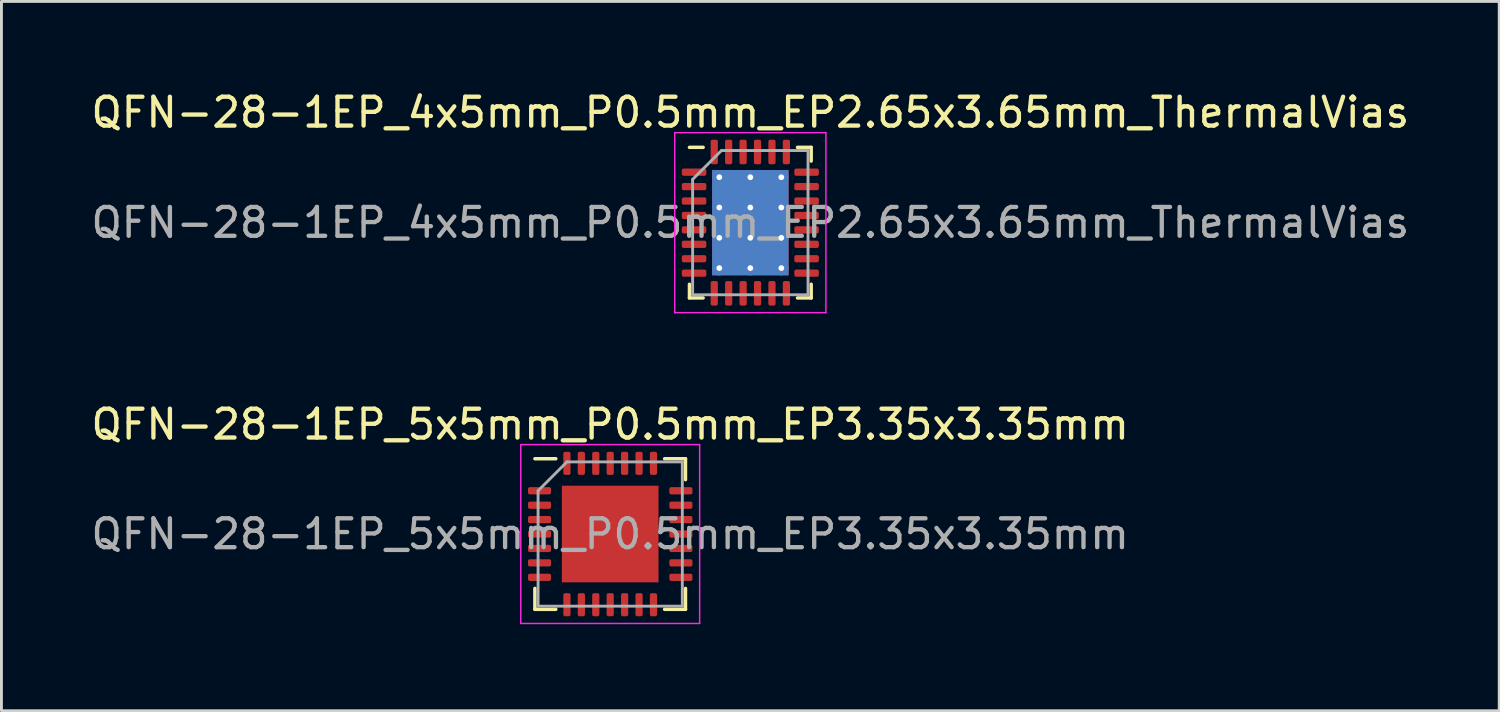
<source format=kicad_pcb>
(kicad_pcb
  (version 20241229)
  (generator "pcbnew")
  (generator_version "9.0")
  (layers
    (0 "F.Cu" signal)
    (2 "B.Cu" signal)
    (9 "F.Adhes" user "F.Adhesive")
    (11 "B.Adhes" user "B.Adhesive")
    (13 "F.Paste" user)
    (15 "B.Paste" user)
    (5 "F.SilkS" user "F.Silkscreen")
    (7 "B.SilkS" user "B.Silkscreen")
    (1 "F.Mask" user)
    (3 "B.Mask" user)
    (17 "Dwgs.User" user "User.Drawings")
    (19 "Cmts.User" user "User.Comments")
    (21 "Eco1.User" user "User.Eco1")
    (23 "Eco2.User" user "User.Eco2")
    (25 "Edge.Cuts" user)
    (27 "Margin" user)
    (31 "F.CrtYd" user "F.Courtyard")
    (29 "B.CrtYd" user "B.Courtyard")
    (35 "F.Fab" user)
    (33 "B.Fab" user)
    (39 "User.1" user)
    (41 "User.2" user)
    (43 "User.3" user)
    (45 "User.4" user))
  (footprint "QFN-28-1EP_5x5mm_P0.5mm_EP3.35x3.35mm"
    (layer "F.Cu")
    (at 18.101 15.461)
    (property "Reference" "QFN-28-1EP_5x5mm_P0.5mm_EP3.35x3.35mm" (at 0 -3.8 0) (layer "F.SilkS") (effects (font (size 1 1) (thickness 0.15))))
    (attr smd)
    (fp_line (start -2.61 2.61) (end -2.61 1.885) (stroke (width 0.12) (type solid)) (layer "F.SilkS"))
    (fp_line (start -1.885 -2.61) (end -2.61 -2.61) (stroke (width 0.12) (type solid)) (layer "F.SilkS"))
    (fp_line (start -1.885 2.61) (end -2.61 2.61) (stroke (width 0.12) (type solid)) (layer "F.SilkS"))
    (fp_line (start 1.885 -2.61) (end 2.61 -2.61) (stroke (width 0.12) (type solid)) (layer "F.SilkS"))
    (fp_line (start 1.885 2.61) (end 2.61 2.61) (stroke (width 0.12) (type solid)) (layer "F.SilkS"))
    (fp_line (start 2.61 -2.61) (end 2.61 -1.885) (stroke (width 0.12) (type solid)) (layer "F.SilkS"))
    (fp_line (start 2.61 2.61) (end 2.61 1.885) (stroke (width 0.12) (type solid)) (layer "F.SilkS"))
    (fp_line (start -3.1 -3.1) (end -3.1 3.1) (stroke (width 0.05) (type solid)) (layer "F.CrtYd"))
    (fp_line (start -3.1 3.1) (end 3.1 3.1) (stroke (width 0.05) (type solid)) (layer "F.CrtYd"))
    (fp_line (start 3.1 -3.1) (end -3.1 -3.1) (stroke (width 0.05) (type solid)) (layer "F.CrtYd"))
    (fp_line (start 3.1 3.1) (end 3.1 -3.1) (stroke (width 0.05) (type solid)) (layer "F.CrtYd"))
    (fp_line (start -2.5 -1.5) (end -1.5 -2.5) (stroke (width 0.1) (type solid)) (layer "F.Fab"))
    (fp_line (start -2.5 2.5) (end -2.5 -1.5) (stroke (width 0.1) (type solid)) (layer "F.Fab"))
    (fp_line (start -1.5 -2.5) (end 2.5 -2.5) (stroke (width 0.1) (type solid)) (layer "F.Fab"))
    (fp_line (start 2.5 -2.5) (end 2.5 2.5) (stroke (width 0.1) (type solid)) (layer "F.Fab"))
    (fp_line (start 2.5 2.5) (end -2.5 2.5) (stroke (width 0.1) (type solid)) (layer "F.Fab"))
    (fp_text user "${REFERENCE}" (at 0 0 0) (layer "F.Fab") (effects (font (size 1 1) (thickness 0.15))))
    (pad "" smd roundrect (at -1.12 -1.12) (size 0.9 0.9) (layers "F.Paste") (roundrect_rratio 0.25))
    (pad "" smd roundrect (at -1.12 0) (size 0.9 0.9) (layers "F.Paste") (roundrect_rratio 0.25))
    (pad "" smd roundrect (at -1.12 1.12) (size 0.9 0.9) (layers "F.Paste") (roundrect_rratio 0.25))
    (pad "" smd roundrect (at 0 -1.12) (size 0.9 0.9) (layers "F.Paste") (roundrect_rratio 0.25))
    (pad "" smd roundrect (at 0 0) (size 0.9 0.9) (layers "F.Paste") (roundrect_rratio 0.25))
    (pad "" smd roundrect (at 0 1.12) (size 0.9 0.9) (layers "F.Paste") (roundrect_rratio 0.25))
    (pad "" smd roundrect (at 1.12 -1.12) (size 0.9 0.9) (layers "F.Paste") (roundrect_rratio 0.25))
    (pad "" smd roundrect (at 1.12 0) (size 0.9 0.9) (layers "F.Paste") (roundrect_rratio 0.25))
    (pad "" smd roundrect (at 1.12 1.12) (size 0.9 0.9) (layers "F.Paste") (roundrect_rratio 0.25))
    (pad "1" smd roundrect (at -2.45 -1.5) (size 0.8 0.25) (layers "F.Cu" "F.Mask" "F.Paste") (roundrect_rratio 0.25))
    (pad "2" smd roundrect (at -2.45 -1) (size 0.8 0.25) (layers "F.Cu" "F.Mask" "F.Paste") (roundrect_rratio 0.25))
    (pad "3" smd roundrect (at -2.45 -0.5) (size 0.8 0.25) (layers "F.Cu" "F.Mask" "F.Paste") (roundrect_rratio 0.25))
    (pad "4" smd roundrect (at -2.45 0) (size 0.8 0.25) (layers "F.Cu" "F.Mask" "F.Paste") (roundrect_rratio 0.25))
    (pad "5" smd roundrect (at -2.45 0.5) (size 0.8 0.25) (layers "F.Cu" "F.Mask" "F.Paste") (roundrect_rratio 0.25))
    (pad "6" smd roundrect (at -2.45 1) (size 0.8 0.25) (layers "F.Cu" "F.Mask" "F.Paste") (roundrect_rratio 0.25))
    (pad "7" smd roundrect (at -2.45 1.5) (size 0.8 0.25) (layers "F.Cu" "F.Mask" "F.Paste") (roundrect_rratio 0.25))
    (pad "8" smd roundrect (at -1.5 2.45) (size 0.25 0.8) (layers "F.Cu" "F.Mask" "F.Paste") (roundrect_rratio 0.25))
    (pad "9" smd roundrect (at -1 2.45) (size 0.25 0.8) (layers "F.Cu" "F.Mask" "F.Paste") (roundrect_rratio 0.25))
    (pad "10" smd roundrect (at -0.5 2.45) (size 0.25 0.8) (layers "F.Cu" "F.Mask" "F.Paste") (roundrect_rratio 0.25))
    (pad "11" smd roundrect (at 0 2.45) (size 0.25 0.8) (layers "F.Cu" "F.Mask" "F.Paste") (roundrect_rratio 0.25))
    (pad "12" smd roundrect (at 0.5 2.45) (size 0.25 0.8) (layers "F.Cu" "F.Mask" "F.Paste") (roundrect_rratio 0.25))
    (pad "13" smd roundrect (at 1 2.45) (size 0.25 0.8) (layers "F.Cu" "F.Mask" "F.Paste") (roundrect_rratio 0.25))
    (pad "14" smd roundrect (at 1.5 2.45) (size 0.25 0.8) (layers "F.Cu" "F.Mask" "F.Paste") (roundrect_rratio 0.25))
    (pad "15" smd roundrect (at 2.45 1.5) (size 0.8 0.25) (layers "F.Cu" "F.Mask" "F.Paste") (roundrect_rratio 0.25))
    (pad "16" smd roundrect (at 2.45 1) (size 0.8 0.25) (layers "F.Cu" "F.Mask" "F.Paste") (roundrect_rratio 0.25))
    (pad "17" smd roundrect (at 2.45 0.5) (size 0.8 0.25) (layers "F.Cu" "F.Mask" "F.Paste") (roundrect_rratio 0.25))
    (pad "18" smd roundrect (at 2.45 0) (size 0.8 0.25) (layers "F.Cu" "F.Mask" "F.Paste") (roundrect_rratio 0.25))
    (pad "19" smd roundrect (at 2.45 -0.5) (size 0.8 0.25) (layers "F.Cu" "F.Mask" "F.Paste") (roundrect_rratio 0.25))
    (pad "20" smd roundrect (at 2.45 -1) (size 0.8 0.25) (layers "F.Cu" "F.Mask" "F.Paste") (roundrect_rratio 0.25))
    (pad "21" smd roundrect (at 2.45 -1.5) (size 0.8 0.25) (layers "F.Cu" "F.Mask" "F.Paste") (roundrect_rratio 0.25))
    (pad "22" smd roundrect (at 1.5 -2.45) (size 0.25 0.8) (layers "F.Cu" "F.Mask" "F.Paste") (roundrect_rratio 0.25))
    (pad "23" smd roundrect (at 1 -2.45) (size 0.25 0.8) (layers "F.Cu" "F.Mask" "F.Paste") (roundrect_rratio 0.25))
    (pad "24" smd roundrect (at 0.5 -2.45) (size 0.25 0.8) (layers "F.Cu" "F.Mask" "F.Paste") (roundrect_rratio 0.25))
    (pad "25" smd roundrect (at 0 -2.45) (size 0.25 0.8) (layers "F.Cu" "F.Mask" "F.Paste") (roundrect_rratio 0.25))
    (pad "26" smd roundrect (at -0.5 -2.45) (size 0.25 0.8) (layers "F.Cu" "F.Mask" "F.Paste") (roundrect_rratio 0.25))
    (pad "27" smd roundrect (at -1 -2.45) (size 0.25 0.8) (layers "F.Cu" "F.Mask" "F.Paste") (roundrect_rratio 0.25))
    (pad "28" smd roundrect (at -1.5 -2.45) (size 0.25 0.8) (layers "F.Cu" "F.Mask" "F.Paste") (roundrect_rratio 0.25))
    (pad "29" smd rect (at 0 0) (size 3.35 3.35) (layers "F.Cu" "F.Mask")))
  (footprint "QFN-28-1EP_4x5mm_P0.5mm_EP2.65x3.65mm_ThermalVias"
    (layer "F.Cu")
    (at 22.958 4.668)
    (property "Reference" "QFN-28-1EP_4x5mm_P0.5mm_EP2.65x3.65mm_ThermalVias" (at 0 -3.82 0) (layer "F.SilkS") (effects (font (size 1 1) (thickness 0.15))))
    (attr smd)
    (fp_line (start -2.11 2.61) (end -2.11 2.135) (stroke (width 0.12) (type solid)) (layer "F.SilkS"))
    (fp_line (start -1.635 -2.61) (end -2.11 -2.61) (stroke (width 0.12) (type solid)) (layer "F.SilkS"))
    (fp_line (start -1.635 2.61) (end -2.11 2.61) (stroke (width 0.12) (type solid)) (layer "F.SilkS"))
    (fp_line (start 1.635 -2.61) (end 2.11 -2.61) (stroke (width 0.12) (type solid)) (layer "F.SilkS"))
    (fp_line (start 1.635 2.61) (end 2.11 2.61) (stroke (width 0.12) (type solid)) (layer "F.SilkS"))
    (fp_line (start 2.11 -2.61) (end 2.11 -2.135) (stroke (width 0.12) (type solid)) (layer "F.SilkS"))
    (fp_line (start 2.11 2.61) (end 2.11 2.135) (stroke (width 0.12) (type solid)) (layer "F.SilkS"))
    (fp_line (start -2.62 -3.12) (end -2.62 3.12) (stroke (width 0.05) (type solid)) (layer "F.CrtYd"))
    (fp_line (start -2.62 3.12) (end 2.62 3.12) (stroke (width 0.05) (type solid)) (layer "F.CrtYd"))
    (fp_line (start 2.62 -3.12) (end -2.62 -3.12) (stroke (width 0.05) (type solid)) (layer "F.CrtYd"))
    (fp_line (start 2.62 3.12) (end 2.62 -3.12) (stroke (width 0.05) (type solid)) (layer "F.CrtYd"))
    (fp_line (start -2 -1.5) (end -1 -2.5) (stroke (width 0.1) (type solid)) (layer "F.Fab"))
    (fp_line (start -2 2.5) (end -2 -1.5) (stroke (width 0.1) (type solid)) (layer "F.Fab"))
    (fp_line (start -1 -2.5) (end 2 -2.5) (stroke (width 0.1) (type solid)) (layer "F.Fab"))
    (fp_line (start 2 -2.5) (end 2 2.5) (stroke (width 0.1) (type solid)) (layer "F.Fab"))
    (fp_line (start 2 2.5) (end -2 2.5) (stroke (width 0.1) (type solid)) (layer "F.Fab"))
    (fp_text user "${REFERENCE}" (at 0 0 0) (layer "F.Fab") (effects (font (size 1 1) (thickness 0.15))))
    (pad "" smd roundrect (at -0.66 -1.22) (size 1.07 0.98) (layers "F.Paste") (roundrect_rratio 0.25))
    (pad "" smd roundrect (at -0.66 0) (size 1.07 0.98) (layers "F.Paste") (roundrect_rratio 0.25))
    (pad "" smd roundrect (at -0.66 1.22) (size 1.07 0.98) (layers "F.Paste") (roundrect_rratio 0.25))
    (pad "" smd roundrect (at 0.66 -1.22) (size 1.07 0.98) (layers "F.Paste") (roundrect_rratio 0.25))
    (pad "" smd roundrect (at 0.66 0) (size 1.07 0.98) (layers "F.Paste") (roundrect_rratio 0.25))
    (pad "" smd roundrect (at 0.66 1.22) (size 1.07 0.98) (layers "F.Paste") (roundrect_rratio 0.25))
    (pad "1" smd roundrect (at -1.95 -1.75) (size 0.85 0.25) (layers "F.Cu" "F.Mask" "F.Paste") (roundrect_rratio 0.25))
    (pad "2" smd roundrect (at -1.95 -1.25) (size 0.85 0.25) (layers "F.Cu" "F.Mask" "F.Paste") (roundrect_rratio 0.25))
    (pad "3" smd roundrect (at -1.95 -0.75) (size 0.85 0.25) (layers "F.Cu" "F.Mask" "F.Paste") (roundrect_rratio 0.25))
    (pad "4" smd roundrect (at -1.95 -0.25) (size 0.85 0.25) (layers "F.Cu" "F.Mask" "F.Paste") (roundrect_rratio 0.25))
    (pad "5" smd roundrect (at -1.95 0.25) (size 0.85 0.25) (layers "F.Cu" "F.Mask" "F.Paste") (roundrect_rratio 0.25))
    (pad "6" smd roundrect (at -1.95 0.75) (size 0.85 0.25) (layers "F.Cu" "F.Mask" "F.Paste") (roundrect_rratio 0.25))
    (pad "7" smd roundrect (at -1.95 1.25) (size 0.85 0.25) (layers "F.Cu" "F.Mask" "F.Paste") (roundrect_rratio 0.25))
    (pad "8" smd roundrect (at -1.95 1.75) (size 0.85 0.25) (layers "F.Cu" "F.Mask" "F.Paste") (roundrect_rratio 0.25))
    (pad "9" smd roundrect (at -1.25 2.45) (size 0.25 0.85) (layers "F.Cu" "F.Mask" "F.Paste") (roundrect_rratio 0.25))
    (pad "10" smd roundrect (at -0.75 2.45) (size 0.25 0.85) (layers "F.Cu" "F.Mask" "F.Paste") (roundrect_rratio 0.25))
    (pad "11" smd roundrect (at -0.25 2.45) (size 0.25 0.85) (layers "F.Cu" "F.Mask" "F.Paste") (roundrect_rratio 0.25))
    (pad "12" smd roundrect (at 0.25 2.45) (size 0.25 0.85) (layers "F.Cu" "F.Mask" "F.Paste") (roundrect_rratio 0.25))
    (pad "13" smd roundrect (at 0.75 2.45) (size 0.25 0.85) (layers "F.Cu" "F.Mask" "F.Paste") (roundrect_rratio 0.25))
    (pad "14" smd roundrect (at 1.25 2.45) (size 0.25 0.85) (layers "F.Cu" "F.Mask" "F.Paste") (roundrect_rratio 0.25))
    (pad "15" smd roundrect (at 1.95 1.75) (size 0.85 0.25) (layers "F.Cu" "F.Mask" "F.Paste") (roundrect_rratio 0.25))
    (pad "16" smd roundrect (at 1.95 1.25) (size 0.85 0.25) (layers "F.Cu" "F.Mask" "F.Paste") (roundrect_rratio 0.25))
    (pad "17" smd roundrect (at 1.95 0.75) (size 0.85 0.25) (layers "F.Cu" "F.Mask" "F.Paste") (roundrect_rratio 0.25))
    (pad "18" smd roundrect (at 1.95 0.25) (size 0.85 0.25) (layers "F.Cu" "F.Mask" "F.Paste") (roundrect_rratio 0.25))
    (pad "19" smd roundrect (at 1.95 -0.25) (size 0.85 0.25) (layers "F.Cu" "F.Mask" "F.Paste") (roundrect_rratio 0.25))
    (pad "20" smd roundrect (at 1.95 -0.75) (size 0.85 0.25) (layers "F.Cu" "F.Mask" "F.Paste") (roundrect_rratio 0.25))
    (pad "21" smd roundrect (at 1.95 -1.25) (size 0.85 0.25) (layers "F.Cu" "F.Mask" "F.Paste") (roundrect_rratio 0.25))
    (pad "22" smd roundrect (at 1.95 -1.75) (size 0.85 0.25) (layers "F.Cu" "F.Mask" "F.Paste") (roundrect_rratio 0.25))
    (pad "23" smd roundrect (at 1.25 -2.45) (size 0.25 0.85) (layers "F.Cu" "F.Mask" "F.Paste") (roundrect_rratio 0.25))
    (pad "24" smd roundrect (at 0.75 -2.45) (size 0.25 0.85) (layers "F.Cu" "F.Mask" "F.Paste") (roundrect_rratio 0.25))
    (pad "25" smd roundrect (at 0.25 -2.45) (size 0.25 0.85) (layers "F.Cu" "F.Mask" "F.Paste") (roundrect_rratio 0.25))
    (pad "26" smd roundrect (at -0.25 -2.45) (size 0.25 0.85) (layers "F.Cu" "F.Mask" "F.Paste") (roundrect_rratio 0.25))
    (pad "27" smd roundrect (at -0.75 -2.45) (size 0.25 0.85) (layers "F.Cu" "F.Mask" "F.Paste") (roundrect_rratio 0.25))
    (pad "28" smd roundrect (at -1.25 -2.45) (size 0.25 0.85) (layers "F.Cu" "F.Mask" "F.Paste") (roundrect_rratio 0.25))
    (pad "29" thru_hole circle (at -1.075 -1.575) (size 0.5 0.5) (drill 0.2) (layers "*.Cu"))
    (pad "29" thru_hole circle (at -1.075 -0.525) (size 0.5 0.5) (drill 0.2) (layers "*.Cu"))
    (pad "29" thru_hole circle (at -1.075 0.525) (size 0.5 0.5) (drill 0.2) (layers "*.Cu"))
    (pad "29" thru_hole circle (at -1.075 1.575) (size 0.5 0.5) (drill 0.2) (layers "*.Cu"))
    (pad "29" thru_hole circle (at 0 -1.575) (size 0.5 0.5) (drill 0.2) (layers "*.Cu"))
    (pad "29" thru_hole circle (at 0 -0.525) (size 0.5 0.5) (drill 0.2) (layers "*.Cu"))
    (pad "29" smd rect (at 0 0) (size 2.65 3.65) (layers "F.Cu" "F.Mask"))
    (pad "29" smd rect (at 0 0) (size 2.65 3.65) (layers "B.Cu"))
    (pad "29" thru_hole circle (at 0 0.525) (size 0.5 0.5) (drill 0.2) (layers "*.Cu"))
    (pad "29" thru_hole circle (at 0 1.575) (size 0.5 0.5) (drill 0.2) (layers "*.Cu"))
    (pad "29" thru_hole circle (at 1.075 -1.575) (size 0.5 0.5) (drill 0.2) (layers "*.Cu"))
    (pad "29" thru_hole circle (at 1.075 -0.525) (size 0.5 0.5) (drill 0.2) (layers "*.Cu"))
    (pad "29" thru_hole circle (at 1.075 0.525) (size 0.5 0.5) (drill 0.2) (layers "*.Cu"))
    (pad "29" thru_hole circle (at 1.075 1.575) (size 0.5 0.5) (drill 0.2) (layers "*.Cu")))
  (gr_rect
    (start -3 -3)
    (end 48.917 21.587)
    (stroke (width 0.1) (type default))
    (fill no)
    (layer "Edge.Cuts")))
</source>
